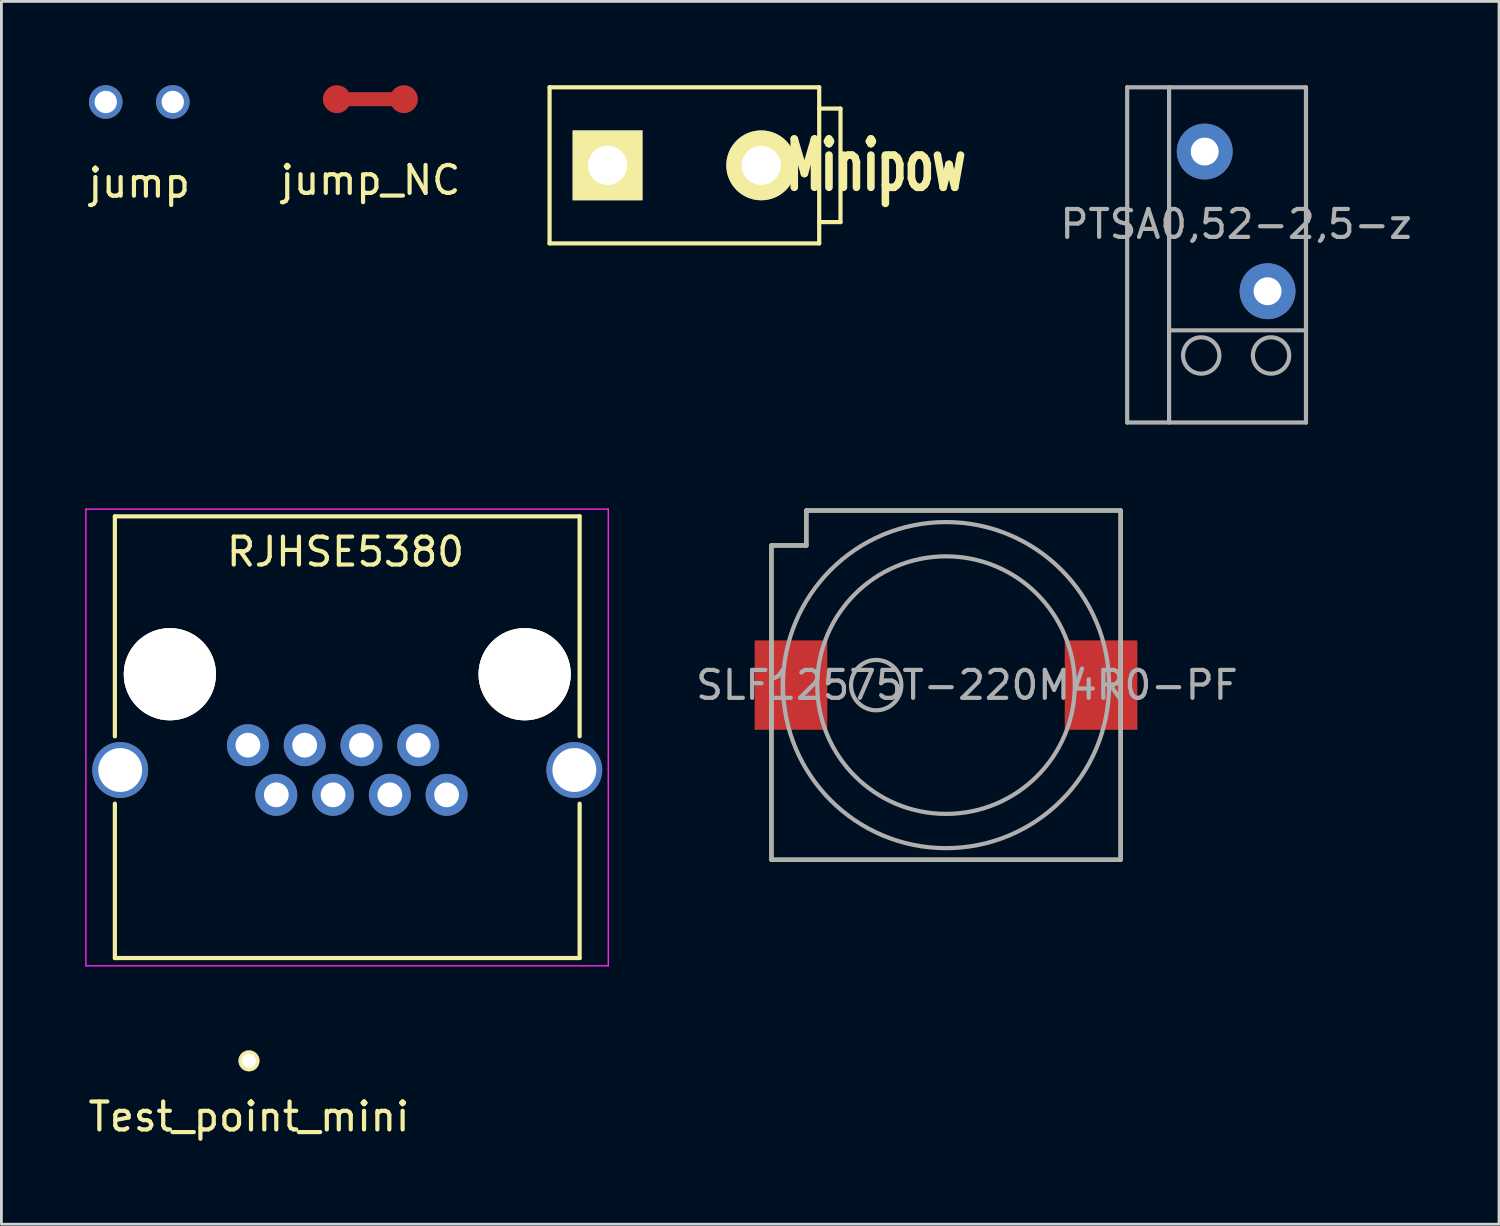
<source format=kicad_pcb>
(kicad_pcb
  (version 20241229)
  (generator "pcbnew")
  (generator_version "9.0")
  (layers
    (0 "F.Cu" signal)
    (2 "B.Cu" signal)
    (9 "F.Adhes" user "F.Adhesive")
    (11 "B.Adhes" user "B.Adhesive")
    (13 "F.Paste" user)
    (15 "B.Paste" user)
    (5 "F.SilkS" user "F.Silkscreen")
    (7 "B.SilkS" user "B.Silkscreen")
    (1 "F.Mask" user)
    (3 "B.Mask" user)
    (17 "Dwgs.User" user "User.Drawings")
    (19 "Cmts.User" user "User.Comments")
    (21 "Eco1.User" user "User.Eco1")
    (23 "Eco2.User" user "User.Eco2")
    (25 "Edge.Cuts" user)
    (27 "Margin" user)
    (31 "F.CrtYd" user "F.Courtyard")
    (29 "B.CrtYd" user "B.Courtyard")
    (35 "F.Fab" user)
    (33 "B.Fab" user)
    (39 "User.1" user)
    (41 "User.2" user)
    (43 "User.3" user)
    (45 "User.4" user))
  (footprint "Minipow"
    (layer "F.Cu")
    (at 21.449 2.869)
    (property "Reference" "Minipow" (at 6.858 0 0) (layer "F.SilkS") (effects (font (size 1.73 1.087) (thickness 0.305))))
    (attr through_hole)
    (fp_line (start -4.826 -2.794) (end -4.826 2.794) (stroke (width 0.15) (type solid)) (layer "F.SilkS"))
    (fp_line (start -4.826 2.794) (end 4.826 2.794) (stroke (width 0.15) (type solid)) (layer "F.SilkS"))
    (fp_line (start 4.826 -2.794) (end -4.826 -2.794) (stroke (width 0.15) (type solid)) (layer "F.SilkS"))
    (fp_line (start 4.826 -2.794) (end 4.826 2.794) (stroke (width 0.15) (type solid)) (layer "F.SilkS"))
    (fp_line (start 4.826 -2.032) (end 5.588 -2.032) (stroke (width 0.15) (type solid)) (layer "F.SilkS"))
    (fp_line (start 5.588 -2.032) (end 5.588 2.032) (stroke (width 0.15) (type solid)) (layer "F.SilkS"))
    (fp_line (start 5.588 2.032) (end 4.826 2.032) (stroke (width 0.15) (type solid)) (layer "F.SilkS"))
    (pad "1" thru_hole circle (at 2.75 0) (size 2.5 2.5) (drill 1.4) (layers "*.Cu" "*.Mask" "F.SilkS"))
    (pad "2" thru_hole rect (at -2.75 0) (size 2.5 2.5) (drill 1.4) (layers "*.Cu" "*.Mask" "F.SilkS")))
  (footprint "jump_NC"
    (layer "F.Cu")
    (at 10.208 0.5)
    (property "Reference" "jump_NC" (at 0 2.9 0) (layer "F.SilkS") (effects (font (size 1 1) (thickness 0.15))))
    (attr through_hole)
    (pad "1" smd circle (at -1.2 0) (size 1 1) (layers "F.Cu" "F.Mask" "F.Paste"))
    (pad "1" smd rect (at 0 0) (size 2 0.5) (layers "F.Cu" "F.Mask" "F.Paste"))
    (pad "2" smd circle (at 1.2 0) (size 1 1) (layers "F.Cu" "F.Mask" "F.Paste")))
  (footprint "Test_point_mini"
    (layer "F.Cu")
    (at 5.863 34.925)
    (property "Reference" "Test_point_mini" (at 0 2 0) (layer "F.SilkS") (effects (font (size 1 1) (thickness 0.15))))
    (attr through_hole)
    (pad "1" thru_hole circle (at 0 0) (size 0.75 0.75) (drill 0.5) (layers "*.Cu" "*.Mask" "F.SilkS")))
  (footprint "jump"
    (layer "F.Cu")
    (at 1.935 0.6)
    (property "Reference" "jump" (at 0 2.9 0) (layer "F.SilkS") (effects (font (size 1 1) (thickness 0.15))))
    (attr through_hole)
    (pad "1" thru_hole circle (at -1.2 0) (size 1.2 1.2) (drill 0.8) (layers "*.Cu" "*.Mask"))
    (pad "2" thru_hole circle (at 1.2 0) (size 1.2 1.2) (drill 0.8) (layers "*.Cu" "*.Mask")))
  (footprint "RJHSE5380"
    (layer "F.Cu")
    (at 5.825 23.625)
    (property "Reference" "RJHSE5380" (at 3.493 -6.921 0) (layer "F.SilkS") (effects (font (size 1 1) (thickness 0.15))))
    (attr through_hole)
    (fp_line (start -4.763 -8.191) (end -4.763 -0.318) (stroke (width 0.15) (type solid)) (layer "F.SilkS"))
    (fp_line (start -4.763 7.62) (end -4.763 2.095) (stroke (width 0.15) (type solid)) (layer "F.SilkS"))
    (fp_line (start 11.874 -8.191) (end -4.763 -8.191) (stroke (width 0.15) (type solid)) (layer "F.SilkS"))
    (fp_line (start 11.874 -8.191) (end 11.874 -0.318) (stroke (width 0.15) (type solid)) (layer "F.SilkS"))
    (fp_line (start 11.874 7.62) (end -4.763 7.62) (stroke (width 0.15) (type solid)) (layer "F.SilkS"))
    (fp_line (start 11.874 7.62) (end 11.874 2.095) (stroke (width 0.15) (type solid)) (layer "F.SilkS"))
    (fp_line (start -5.8 -8.45) (end -5.8 7.9) (stroke (width 0.05) (type solid)) (layer "F.CrtYd"))
    (fp_line (start -5.8 7.9) (end 12.9 7.9) (stroke (width 0.05) (type solid)) (layer "F.CrtYd"))
    (fp_line (start 12.9 -8.45) (end -5.8 -8.45) (stroke (width 0.05) (type solid)) (layer "F.CrtYd"))
    (fp_line (start 12.9 7.9) (end 12.9 -8.45) (stroke (width 0.05) (type solid)) (layer "F.CrtYd"))
    (pad "" thru_hole circle (at -2.794 -2.54) (size 3.3 3.3) (drill 3.3) (layers "*.Cu" "*.Mask" "F.SilkS"))
    (pad "" thru_hole circle (at 9.906 -2.54) (size 3.3 3.3) (drill 3.3) (layers "*.Cu" "*.Mask" "F.SilkS"))
    (pad "1" thru_hole circle (at 0 0) (size 1.501 1.501) (drill 0.889) (layers "*.Cu" "*.Mask"))
    (pad "2" thru_hole circle (at 1.016 1.778) (size 1.501 1.501) (drill 0.889) (layers "*.Cu" "*.Mask"))
    (pad "3" thru_hole circle (at 2.032 0) (size 1.501 1.501) (drill 0.889) (layers "*.Cu" "*.Mask"))
    (pad "4" thru_hole circle (at 3.048 1.778) (size 1.501 1.501) (drill 0.889) (layers "*.Cu" "*.Mask"))
    (pad "5" thru_hole circle (at 4.064 0) (size 1.501 1.501) (drill 0.889) (layers "*.Cu" "*.Mask"))
    (pad "6" thru_hole circle (at 5.08 1.778) (size 1.501 1.501) (drill 0.889) (layers "*.Cu" "*.Mask"))
    (pad "7" thru_hole circle (at 6.096 0) (size 1.501 1.501) (drill 0.889) (layers "*.Cu" "*.Mask"))
    (pad "8" thru_hole circle (at 7.112 1.778) (size 1.501 1.501) (drill 0.889) (layers "*.Cu" "*.Mask"))
    (pad "9" thru_hole circle (at -4.572 0.889) (size 2 2) (drill 1.57) (layers "*.Cu" "*.Mask"))
    (pad "9" thru_hole circle (at 11.684 0.889) (size 2 2) (drill 1.57) (layers "*.Cu" "*.Mask")))
  (footprint "PTSA0,52-2,5-z"
    (layer "F.Cu")
    (at 41.2 4.875)
    (property "Reference" "PTSA0,52-2,5-z" (at 0 0.1 0) (layer "F.Fab") (effects (font (size 1 1) (thickness 0.15))))
    (attr through_hole)
    (fp_line (start -3.9 -4.8) (end -3.9 7.2) (stroke (width 0.15) (type solid)) (layer "F.Fab"))
    (fp_line (start -3.9 7.2) (end 2.5 7.2) (stroke (width 0.15) (type solid)) (layer "F.Fab"))
    (fp_line (start -2.4 -4.8) (end -2.4 7.2) (stroke (width 0.15) (type solid)) (layer "F.Fab"))
    (fp_line (start -2.4 3.9) (end 2.5 3.9) (stroke (width 0.15) (type solid)) (layer "F.Fab"))
    (fp_line (start 2.5 -4.8) (end -3.9 -4.8) (stroke (width 0.15) (type solid)) (layer "F.Fab"))
    (fp_line (start 2.5 7.2) (end 2.5 -4.8) (stroke (width 0.15) (type solid)) (layer "F.Fab"))
    (fp_circle (center -1.25 4.8) (end -0.65 4.55) (stroke (width 0.15) (type solid)) (fill no) (layer "F.Fab"))
    (fp_circle (center 1.25 4.8) (end 0.6 4.8) (stroke (width 0.15) (type solid)) (fill no) (layer "F.Fab"))
    (pad "1" thru_hole circle (at -1.125 -2.5) (size 2 2) (drill 1) (layers "*.Cu" "*.Mask"))
    (pad "2" thru_hole circle (at 1.125 2.5) (size 2 2) (drill 1) (layers "*.Cu" "*.Mask")))
  (footprint "SLF12575T-220M4R0-PF"
    (layer "F.Cu")
    (at 30.815 21.475)
    (property "Reference" "SLF12575T-220M4R0-PF" (at 0.75 0 0) (layer "F.Fab") (effects (font (size 1 1) (thickness 0.15))))
    (attr through_hole)
    (fp_line (start -6.25 -5) (end -6.25 6.25) (stroke (width 0.15) (type solid)) (layer "F.SilkS"))
    (fp_line (start -6.25 6.25) (end 6.25 6.25) (stroke (width 0.15) (type solid)) (layer "F.SilkS"))
    (fp_line (start -5 -6.25) (end -5 -5) (stroke (width 0.15) (type solid)) (layer "F.SilkS"))
    (fp_line (start -5 -5) (end -6.25 -5) (stroke (width 0.15) (type solid)) (layer "F.SilkS"))
    (fp_line (start 6.25 -6.25) (end -5 -6.25) (stroke (width 0.15) (type solid)) (layer "F.SilkS"))
    (fp_line (start 6.25 6.25) (end 6.25 -6.25) (stroke (width 0.15) (type solid)) (layer "F.SilkS"))
    (fp_line (start -6.25 -5) (end -6.25 6.25) (stroke (width 0.15) (type solid)) (layer "F.Fab"))
    (fp_line (start -6.25 -5) (end -5 -5) (stroke (width 0.15) (type solid)) (layer "F.Fab"))
    (fp_line (start -5 -5) (end -5 -6.25) (stroke (width 0.15) (type solid)) (layer "F.Fab"))
    (fp_line (start 6.25 -6.25) (end -5 -6.25) (stroke (width 0.15) (type solid)) (layer "F.Fab"))
    (fp_line (start 6.25 -6.25) (end 6.25 6.25) (stroke (width 0.15) (type solid)) (layer "F.Fab"))
    (fp_line (start 6.25 6.25) (end -6.25 6.25) (stroke (width 0.15) (type solid)) (layer "F.Fab"))
    (fp_circle (center -2.5 0) (end -1.75 -0.5) (stroke (width 0.15) (type solid)) (fill no) (layer "F.Fab"))
    (fp_circle (center 0 0) (end 3 -3.5) (stroke (width 0.15) (type solid)) (fill no) (layer "F.Fab"))
    (fp_circle (center 0 0) (end 4 -4.25) (stroke (width 0.15) (type solid)) (fill no) (layer "F.Fab"))
    (pad "1" smd rect (at -5.55 0) (size 2.6 3.2) (layers "F.Cu" "F.Mask" "F.Paste"))
    (pad "2" smd rect (at 5.55 0) (size 2.6 3.2) (layers "F.Cu" "F.Mask" "F.Paste")))
  (gr_rect
    (start -3 -3)
    (end 50.611 40.773)
    (stroke (width 0.1) (type default))
    (fill no)
    (layer "Edge.Cuts")))
</source>
